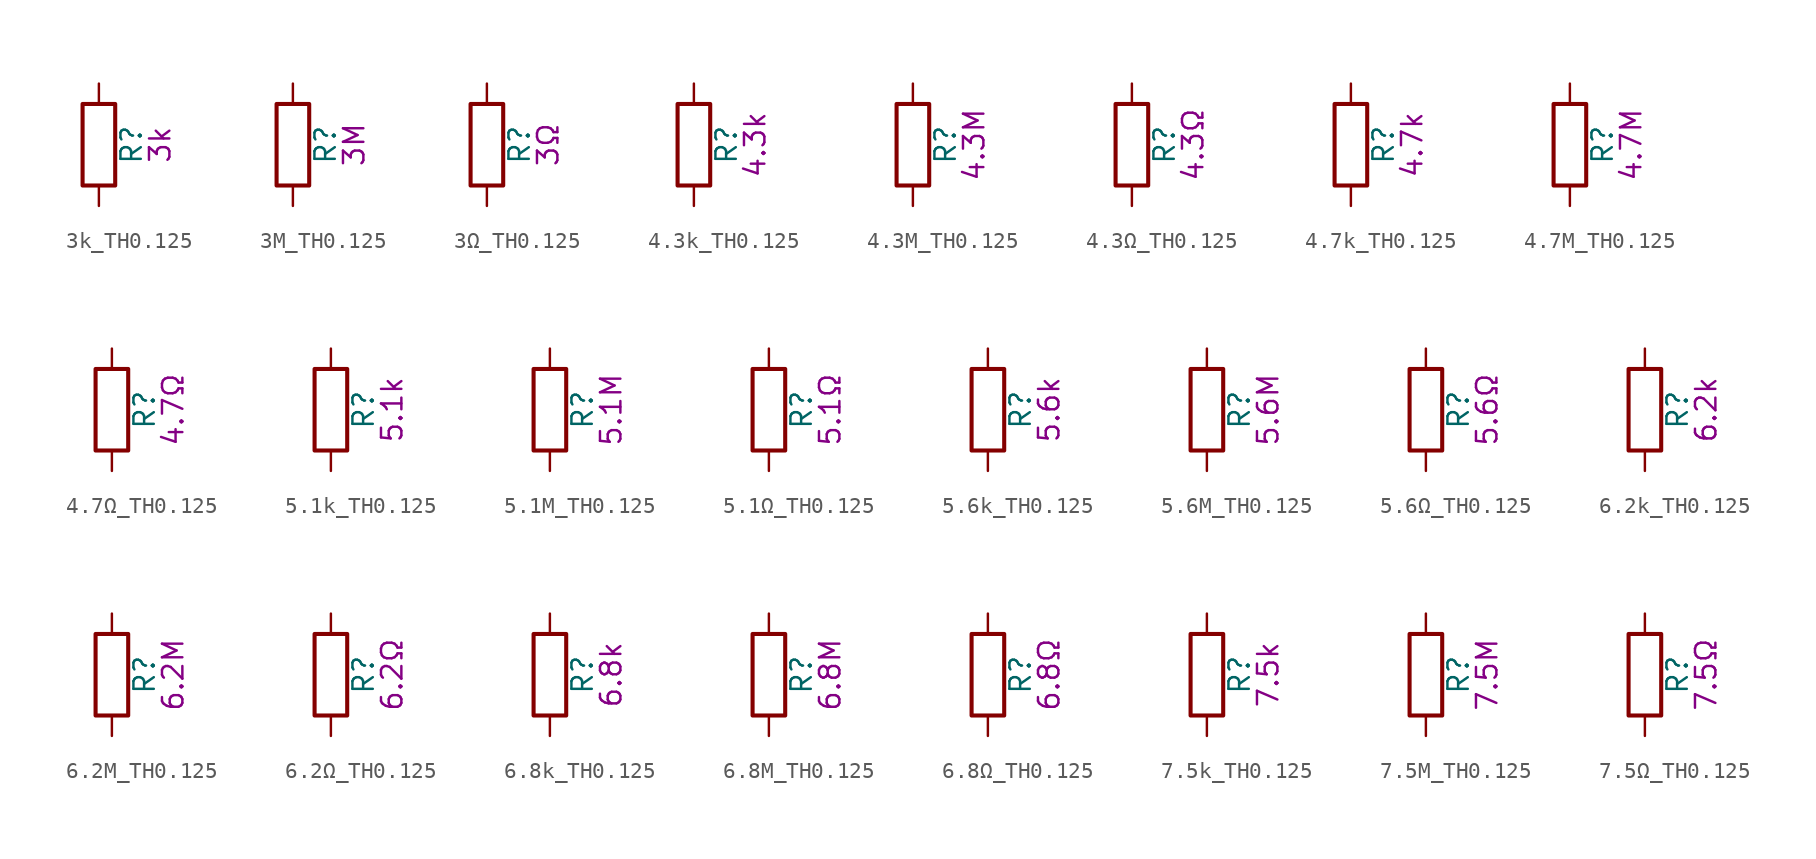
<source format=kicad_sym>
(kicad_symbol_lib
  (version 20211014)
  (generator kicad_symbol_editor)
  (symbol "3k_TH0.125"
    (pin_numbers hide)
    (pin_names
      (offset 0))
    (property "Reference" "R"
      (at 2.032 0 90)
      (effects (font (size 1.27 1.27))))
    (property "Display" "3k"
      (at 3.81 0 90)
      (effects (font (size 1.27 1.27))))
    (symbol "3k_TH0.125_0_1"
      (rectangle (start -1.016 -2.54) (end 1.016 2.54) (stroke (width 0.254) (type default) (color 0 0 0 0)) (fill (type none))))
    (symbol "3k_TH0.125_1_1"
      (pin passive line (at 0 3.81 270) (length 1.27) (name "~" (effects (font (size 1.27 1.27)))) (number "1" (effects (font (size 1.27 1.27)))))
      (pin passive line (at 0 -3.81 90) (length 1.27) (name "~" (effects (font (size 1.27 1.27)))) (number "2" (effects (font (size 1.27 1.27)))))))
  (symbol "3M_TH0.125"
    (pin_numbers hide)
    (pin_names
      (offset 0))
    (property "Reference" "R"
      (at 2.032 0 90)
      (effects (font (size 1.27 1.27))))
    (property "Display" "3M"
      (at 3.81 0 90)
      (effects (font (size 1.27 1.27))))
    (symbol "3M_TH0.125_0_1"
      (rectangle (start -1.016 -2.54) (end 1.016 2.54) (stroke (width 0.254) (type default) (color 0 0 0 0)) (fill (type none))))
    (symbol "3M_TH0.125_1_1"
      (pin passive line (at 0 3.81 270) (length 1.27) (name "~" (effects (font (size 1.27 1.27)))) (number "1" (effects (font (size 1.27 1.27)))))
      (pin passive line (at 0 -3.81 90) (length 1.27) (name "~" (effects (font (size 1.27 1.27)))) (number "2" (effects (font (size 1.27 1.27)))))))
  (symbol "3Ω_TH0.125"
    (pin_numbers hide)
    (pin_names
      (offset 0))
    (property "Reference" "R"
      (at 2.032 0 90)
      (effects (font (size 1.27 1.27))))
    (property "Display" "3Ω"
      (at 3.81 0 90)
      (effects (font (size 1.27 1.27))))
    (symbol "3Ω_TH0.125_0_1"
      (rectangle (start -1.016 -2.54) (end 1.016 2.54) (stroke (width 0.254) (type default) (color 0 0 0 0)) (fill (type none))))
    (symbol "3Ω_TH0.125_1_1"
      (pin passive line (at 0 3.81 270) (length 1.27) (name "~" (effects (font (size 1.27 1.27)))) (number "1" (effects (font (size 1.27 1.27)))))
      (pin passive line (at 0 -3.81 90) (length 1.27) (name "~" (effects (font (size 1.27 1.27)))) (number "2" (effects (font (size 1.27 1.27)))))))
  (symbol "4.3k_TH0.125"
    (pin_numbers hide)
    (pin_names
      (offset 0))
    (property "Reference" "R"
      (at 2.032 0 90)
      (effects (font (size 1.27 1.27))))
    (property "Display" "4.3k"
      (at 3.81 0 90)
      (effects (font (size 1.27 1.27))))
    (symbol "4.3k_TH0.125_0_1"
      (rectangle (start -1.016 -2.54) (end 1.016 2.54) (stroke (width 0.254) (type default) (color 0 0 0 0)) (fill (type none))))
    (symbol "4.3k_TH0.125_1_1"
      (pin passive line (at 0 3.81 270) (length 1.27) (name "~" (effects (font (size 1.27 1.27)))) (number "1" (effects (font (size 1.27 1.27)))))
      (pin passive line (at 0 -3.81 90) (length 1.27) (name "~" (effects (font (size 1.27 1.27)))) (number "2" (effects (font (size 1.27 1.27)))))))
  (symbol "4.3M_TH0.125"
    (pin_numbers hide)
    (pin_names
      (offset 0))
    (property "Reference" "R"
      (at 2.032 0 90)
      (effects (font (size 1.27 1.27))))
    (property "Display" "4.3M"
      (at 3.81 0 90)
      (effects (font (size 1.27 1.27))))
    (symbol "4.3M_TH0.125_0_1"
      (rectangle (start -1.016 -2.54) (end 1.016 2.54) (stroke (width 0.254) (type default) (color 0 0 0 0)) (fill (type none))))
    (symbol "4.3M_TH0.125_1_1"
      (pin passive line (at 0 3.81 270) (length 1.27) (name "~" (effects (font (size 1.27 1.27)))) (number "1" (effects (font (size 1.27 1.27)))))
      (pin passive line (at 0 -3.81 90) (length 1.27) (name "~" (effects (font (size 1.27 1.27)))) (number "2" (effects (font (size 1.27 1.27)))))))
  (symbol "4.3Ω_TH0.125"
    (pin_numbers hide)
    (pin_names
      (offset 0))
    (property "Reference" "R"
      (at 2.032 0 90)
      (effects (font (size 1.27 1.27))))
    (property "Display" "4.3Ω"
      (at 3.81 0 90)
      (effects (font (size 1.27 1.27))))
    (symbol "4.3Ω_TH0.125_0_1"
      (rectangle (start -1.016 -2.54) (end 1.016 2.54) (stroke (width 0.254) (type default) (color 0 0 0 0)) (fill (type none))))
    (symbol "4.3Ω_TH0.125_1_1"
      (pin passive line (at 0 3.81 270) (length 1.27) (name "~" (effects (font (size 1.27 1.27)))) (number "1" (effects (font (size 1.27 1.27)))))
      (pin passive line (at 0 -3.81 90) (length 1.27) (name "~" (effects (font (size 1.27 1.27)))) (number "2" (effects (font (size 1.27 1.27)))))))
  (symbol "4.7k_TH0.125"
    (pin_numbers hide)
    (pin_names
      (offset 0))
    (property "Reference" "R"
      (at 2.032 0 90)
      (effects (font (size 1.27 1.27))))
    (property "Display" "4.7k"
      (at 3.81 0 90)
      (effects (font (size 1.27 1.27))))
    (symbol "4.7k_TH0.125_0_1"
      (rectangle (start -1.016 -2.54) (end 1.016 2.54) (stroke (width 0.254) (type default) (color 0 0 0 0)) (fill (type none))))
    (symbol "4.7k_TH0.125_1_1"
      (pin passive line (at 0 3.81 270) (length 1.27) (name "~" (effects (font (size 1.27 1.27)))) (number "1" (effects (font (size 1.27 1.27)))))
      (pin passive line (at 0 -3.81 90) (length 1.27) (name "~" (effects (font (size 1.27 1.27)))) (number "2" (effects (font (size 1.27 1.27)))))))
  (symbol "4.7M_TH0.125"
    (pin_numbers hide)
    (pin_names
      (offset 0))
    (property "Reference" "R"
      (at 2.032 0 90)
      (effects (font (size 1.27 1.27))))
    (property "Display" "4.7M"
      (at 3.81 0 90)
      (effects (font (size 1.27 1.27))))
    (symbol "4.7M_TH0.125_0_1"
      (rectangle (start -1.016 -2.54) (end 1.016 2.54) (stroke (width 0.254) (type default) (color 0 0 0 0)) (fill (type none))))
    (symbol "4.7M_TH0.125_1_1"
      (pin passive line (at 0 3.81 270) (length 1.27) (name "~" (effects (font (size 1.27 1.27)))) (number "1" (effects (font (size 1.27 1.27)))))
      (pin passive line (at 0 -3.81 90) (length 1.27) (name "~" (effects (font (size 1.27 1.27)))) (number "2" (effects (font (size 1.27 1.27)))))))
  (symbol "4.7Ω_TH0.125"
    (pin_numbers hide)
    (pin_names
      (offset 0))
    (property "Reference" "R"
      (at 2.032 0 90)
      (effects (font (size 1.27 1.27))))
    (property "Display" "4.7Ω"
      (at 3.81 0 90)
      (effects (font (size 1.27 1.27))))
    (symbol "4.7Ω_TH0.125_0_1"
      (rectangle (start -1.016 -2.54) (end 1.016 2.54) (stroke (width 0.254) (type default) (color 0 0 0 0)) (fill (type none))))
    (symbol "4.7Ω_TH0.125_1_1"
      (pin passive line (at 0 3.81 270) (length 1.27) (name "~" (effects (font (size 1.27 1.27)))) (number "1" (effects (font (size 1.27 1.27)))))
      (pin passive line (at 0 -3.81 90) (length 1.27) (name "~" (effects (font (size 1.27 1.27)))) (number "2" (effects (font (size 1.27 1.27)))))))
  (symbol "5.1k_TH0.125"
    (pin_numbers hide)
    (pin_names
      (offset 0))
    (property "Reference" "R"
      (at 2.032 0 90)
      (effects (font (size 1.27 1.27))))
    (property "Display" "5.1k"
      (at 3.81 0 90)
      (effects (font (size 1.27 1.27))))
    (symbol "5.1k_TH0.125_0_1"
      (rectangle (start -1.016 -2.54) (end 1.016 2.54) (stroke (width 0.254) (type default) (color 0 0 0 0)) (fill (type none))))
    (symbol "5.1k_TH0.125_1_1"
      (pin passive line (at 0 3.81 270) (length 1.27) (name "~" (effects (font (size 1.27 1.27)))) (number "1" (effects (font (size 1.27 1.27)))))
      (pin passive line (at 0 -3.81 90) (length 1.27) (name "~" (effects (font (size 1.27 1.27)))) (number "2" (effects (font (size 1.27 1.27)))))))
  (symbol "5.1M_TH0.125"
    (pin_numbers hide)
    (pin_names
      (offset 0))
    (property "Reference" "R"
      (at 2.032 0 90)
      (effects (font (size 1.27 1.27))))
    (property "Display" "5.1M"
      (at 3.81 0 90)
      (effects (font (size 1.27 1.27))))
    (symbol "5.1M_TH0.125_0_1"
      (rectangle (start -1.016 -2.54) (end 1.016 2.54) (stroke (width 0.254) (type default) (color 0 0 0 0)) (fill (type none))))
    (symbol "5.1M_TH0.125_1_1"
      (pin passive line (at 0 3.81 270) (length 1.27) (name "~" (effects (font (size 1.27 1.27)))) (number "1" (effects (font (size 1.27 1.27)))))
      (pin passive line (at 0 -3.81 90) (length 1.27) (name "~" (effects (font (size 1.27 1.27)))) (number "2" (effects (font (size 1.27 1.27)))))))
  (symbol "5.1Ω_TH0.125"
    (pin_numbers hide)
    (pin_names
      (offset 0))
    (property "Reference" "R"
      (at 2.032 0 90)
      (effects (font (size 1.27 1.27))))
    (property "Display" "5.1Ω"
      (at 3.81 0 90)
      (effects (font (size 1.27 1.27))))
    (symbol "5.1Ω_TH0.125_0_1"
      (rectangle (start -1.016 -2.54) (end 1.016 2.54) (stroke (width 0.254) (type default) (color 0 0 0 0)) (fill (type none))))
    (symbol "5.1Ω_TH0.125_1_1"
      (pin passive line (at 0 3.81 270) (length 1.27) (name "~" (effects (font (size 1.27 1.27)))) (number "1" (effects (font (size 1.27 1.27)))))
      (pin passive line (at 0 -3.81 90) (length 1.27) (name "~" (effects (font (size 1.27 1.27)))) (number "2" (effects (font (size 1.27 1.27)))))))
  (symbol "5.6k_TH0.125"
    (pin_numbers hide)
    (pin_names
      (offset 0))
    (property "Reference" "R"
      (at 2.032 0 90)
      (effects (font (size 1.27 1.27))))
    (property "Display" "5.6k"
      (at 3.81 0 90)
      (effects (font (size 1.27 1.27))))
    (symbol "5.6k_TH0.125_0_1"
      (rectangle (start -1.016 -2.54) (end 1.016 2.54) (stroke (width 0.254) (type default) (color 0 0 0 0)) (fill (type none))))
    (symbol "5.6k_TH0.125_1_1"
      (pin passive line (at 0 3.81 270) (length 1.27) (name "~" (effects (font (size 1.27 1.27)))) (number "1" (effects (font (size 1.27 1.27)))))
      (pin passive line (at 0 -3.81 90) (length 1.27) (name "~" (effects (font (size 1.27 1.27)))) (number "2" (effects (font (size 1.27 1.27)))))))
  (symbol "5.6M_TH0.125"
    (pin_numbers hide)
    (pin_names
      (offset 0))
    (property "Reference" "R"
      (at 2.032 0 90)
      (effects (font (size 1.27 1.27))))
    (property "Display" "5.6M"
      (at 3.81 0 90)
      (effects (font (size 1.27 1.27))))
    (symbol "5.6M_TH0.125_0_1"
      (rectangle (start -1.016 -2.54) (end 1.016 2.54) (stroke (width 0.254) (type default) (color 0 0 0 0)) (fill (type none))))
    (symbol "5.6M_TH0.125_1_1"
      (pin passive line (at 0 3.81 270) (length 1.27) (name "~" (effects (font (size 1.27 1.27)))) (number "1" (effects (font (size 1.27 1.27)))))
      (pin passive line (at 0 -3.81 90) (length 1.27) (name "~" (effects (font (size 1.27 1.27)))) (number "2" (effects (font (size 1.27 1.27)))))))
  (symbol "5.6Ω_TH0.125"
    (pin_numbers hide)
    (pin_names
      (offset 0))
    (property "Reference" "R"
      (at 2.032 0 90)
      (effects (font (size 1.27 1.27))))
    (property "Display" "5.6Ω"
      (at 3.81 0 90)
      (effects (font (size 1.27 1.27))))
    (symbol "5.6Ω_TH0.125_0_1"
      (rectangle (start -1.016 -2.54) (end 1.016 2.54) (stroke (width 0.254) (type default) (color 0 0 0 0)) (fill (type none))))
    (symbol "5.6Ω_TH0.125_1_1"
      (pin passive line (at 0 3.81 270) (length 1.27) (name "~" (effects (font (size 1.27 1.27)))) (number "1" (effects (font (size 1.27 1.27)))))
      (pin passive line (at 0 -3.81 90) (length 1.27) (name "~" (effects (font (size 1.27 1.27)))) (number "2" (effects (font (size 1.27 1.27)))))))
  (symbol "6.2k_TH0.125"
    (pin_numbers hide)
    (pin_names
      (offset 0))
    (property "Reference" "R"
      (at 2.032 0 90)
      (effects (font (size 1.27 1.27))))
    (property "Display" "6.2k"
      (at 3.81 0 90)
      (effects (font (size 1.27 1.27))))
    (symbol "6.2k_TH0.125_0_1"
      (rectangle (start -1.016 -2.54) (end 1.016 2.54) (stroke (width 0.254) (type default) (color 0 0 0 0)) (fill (type none))))
    (symbol "6.2k_TH0.125_1_1"
      (pin passive line (at 0 3.81 270) (length 1.27) (name "~" (effects (font (size 1.27 1.27)))) (number "1" (effects (font (size 1.27 1.27)))))
      (pin passive line (at 0 -3.81 90) (length 1.27) (name "~" (effects (font (size 1.27 1.27)))) (number "2" (effects (font (size 1.27 1.27)))))))
  (symbol "6.2M_TH0.125"
    (pin_numbers hide)
    (pin_names
      (offset 0))
    (property "Reference" "R"
      (at 2.032 0 90)
      (effects (font (size 1.27 1.27))))
    (property "Display" "6.2M"
      (at 3.81 0 90)
      (effects (font (size 1.27 1.27))))
    (symbol "6.2M_TH0.125_0_1"
      (rectangle (start -1.016 -2.54) (end 1.016 2.54) (stroke (width 0.254) (type default) (color 0 0 0 0)) (fill (type none))))
    (symbol "6.2M_TH0.125_1_1"
      (pin passive line (at 0 3.81 270) (length 1.27) (name "~" (effects (font (size 1.27 1.27)))) (number "1" (effects (font (size 1.27 1.27)))))
      (pin passive line (at 0 -3.81 90) (length 1.27) (name "~" (effects (font (size 1.27 1.27)))) (number "2" (effects (font (size 1.27 1.27)))))))
  (symbol "6.2Ω_TH0.125"
    (pin_numbers hide)
    (pin_names
      (offset 0))
    (property "Reference" "R"
      (at 2.032 0 90)
      (effects (font (size 1.27 1.27))))
    (property "Display" "6.2Ω"
      (at 3.81 0 90)
      (effects (font (size 1.27 1.27))))
    (symbol "6.2Ω_TH0.125_0_1"
      (rectangle (start -1.016 -2.54) (end 1.016 2.54) (stroke (width 0.254) (type default) (color 0 0 0 0)) (fill (type none))))
    (symbol "6.2Ω_TH0.125_1_1"
      (pin passive line (at 0 3.81 270) (length 1.27) (name "~" (effects (font (size 1.27 1.27)))) (number "1" (effects (font (size 1.27 1.27)))))
      (pin passive line (at 0 -3.81 90) (length 1.27) (name "~" (effects (font (size 1.27 1.27)))) (number "2" (effects (font (size 1.27 1.27)))))))
  (symbol "6.8k_TH0.125"
    (pin_numbers hide)
    (pin_names
      (offset 0))
    (property "Reference" "R"
      (at 2.032 0 90)
      (effects (font (size 1.27 1.27))))
    (property "Display" "6.8k"
      (at 3.81 0 90)
      (effects (font (size 1.27 1.27))))
    (symbol "6.8k_TH0.125_0_1"
      (rectangle (start -1.016 -2.54) (end 1.016 2.54) (stroke (width 0.254) (type default) (color 0 0 0 0)) (fill (type none))))
    (symbol "6.8k_TH0.125_1_1"
      (pin passive line (at 0 3.81 270) (length 1.27) (name "~" (effects (font (size 1.27 1.27)))) (number "1" (effects (font (size 1.27 1.27)))))
      (pin passive line (at 0 -3.81 90) (length 1.27) (name "~" (effects (font (size 1.27 1.27)))) (number "2" (effects (font (size 1.27 1.27)))))))
  (symbol "6.8M_TH0.125"
    (pin_numbers hide)
    (pin_names
      (offset 0))
    (property "Reference" "R"
      (at 2.032 0 90)
      (effects (font (size 1.27 1.27))))
    (property "Display" "6.8M"
      (at 3.81 0 90)
      (effects (font (size 1.27 1.27))))
    (symbol "6.8M_TH0.125_0_1"
      (rectangle (start -1.016 -2.54) (end 1.016 2.54) (stroke (width 0.254) (type default) (color 0 0 0 0)) (fill (type none))))
    (symbol "6.8M_TH0.125_1_1"
      (pin passive line (at 0 3.81 270) (length 1.27) (name "~" (effects (font (size 1.27 1.27)))) (number "1" (effects (font (size 1.27 1.27)))))
      (pin passive line (at 0 -3.81 90) (length 1.27) (name "~" (effects (font (size 1.27 1.27)))) (number "2" (effects (font (size 1.27 1.27)))))))
  (symbol "6.8Ω_TH0.125"
    (pin_numbers hide)
    (pin_names
      (offset 0))
    (property "Reference" "R"
      (at 2.032 0 90)
      (effects (font (size 1.27 1.27))))
    (property "Display" "6.8Ω"
      (at 3.81 0 90)
      (effects (font (size 1.27 1.27))))
    (symbol "6.8Ω_TH0.125_0_1"
      (rectangle (start -1.016 -2.54) (end 1.016 2.54) (stroke (width 0.254) (type default) (color 0 0 0 0)) (fill (type none))))
    (symbol "6.8Ω_TH0.125_1_1"
      (pin passive line (at 0 3.81 270) (length 1.27) (name "~" (effects (font (size 1.27 1.27)))) (number "1" (effects (font (size 1.27 1.27)))))
      (pin passive line (at 0 -3.81 90) (length 1.27) (name "~" (effects (font (size 1.27 1.27)))) (number "2" (effects (font (size 1.27 1.27)))))))
  (symbol "7.5k_TH0.125"
    (pin_numbers hide)
    (pin_names
      (offset 0))
    (property "Reference" "R"
      (at 2.032 0 90)
      (effects (font (size 1.27 1.27))))
    (property "Display" "7.5k"
      (at 3.81 0 90)
      (effects (font (size 1.27 1.27))))
    (symbol "7.5k_TH0.125_0_1"
      (rectangle (start -1.016 -2.54) (end 1.016 2.54) (stroke (width 0.254) (type default) (color 0 0 0 0)) (fill (type none))))
    (symbol "7.5k_TH0.125_1_1"
      (pin passive line (at 0 3.81 270) (length 1.27) (name "~" (effects (font (size 1.27 1.27)))) (number "1" (effects (font (size 1.27 1.27)))))
      (pin passive line (at 0 -3.81 90) (length 1.27) (name "~" (effects (font (size 1.27 1.27)))) (number "2" (effects (font (size 1.27 1.27)))))))
  (symbol "7.5M_TH0.125"
    (pin_numbers hide)
    (pin_names
      (offset 0))
    (property "Reference" "R"
      (at 2.032 0 90)
      (effects (font (size 1.27 1.27))))
    (property "Display" "7.5M"
      (at 3.81 0 90)
      (effects (font (size 1.27 1.27))))
    (symbol "7.5M_TH0.125_0_1"
      (rectangle (start -1.016 -2.54) (end 1.016 2.54) (stroke (width 0.254) (type default) (color 0 0 0 0)) (fill (type none))))
    (symbol "7.5M_TH0.125_1_1"
      (pin passive line (at 0 3.81 270) (length 1.27) (name "~" (effects (font (size 1.27 1.27)))) (number "1" (effects (font (size 1.27 1.27)))))
      (pin passive line (at 0 -3.81 90) (length 1.27) (name "~" (effects (font (size 1.27 1.27)))) (number "2" (effects (font (size 1.27 1.27)))))))
  (symbol "7.5Ω_TH0.125"
    (pin_numbers hide)
    (pin_names
      (offset 0))
    (property "Reference" "R"
      (at 2.032 0 90)
      (effects (font (size 1.27 1.27))))
    (property "Display" "7.5Ω"
      (at 3.81 0 90)
      (effects (font (size 1.27 1.27))))
    (symbol "7.5Ω_TH0.125_0_1"
      (rectangle (start -1.016 -2.54) (end 1.016 2.54) (stroke (width 0.254) (type default) (color 0 0 0 0)) (fill (type none))))
    (symbol "7.5Ω_TH0.125_1_1"
      (pin passive line (at 0 3.81 270) (length 1.27) (name "~" (effects (font (size 1.27 1.27)))) (number "1" (effects (font (size 1.27 1.27)))))
      (pin passive line (at 0 -3.81 90) (length 1.27) (name "~" (effects (font (size 1.27 1.27)))) (number "2" (effects (font (size 1.27 1.27))))))))
</source>
